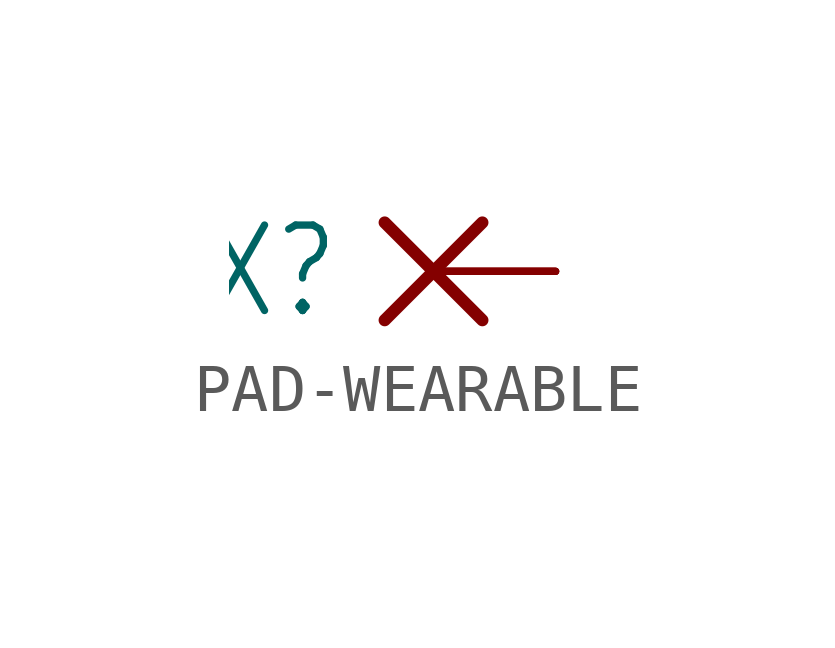
<source format=kicad_sym>
(kicad_symbol_lib
  (version 20231120)
  (generator "kicad_symbol_editor")
  (generator_version "8.0")
  (symbol "PAD-WEARABLE"
    (property "Reference" "X"
      (at -1.905 0 0)
      (effects (font (size 1.778 1.511)) (justify right)))
    (property "ki_locked" ""
      (at 0 0 0)
      (effects (font (size 1.27 1.27))))
    (symbol "PAD-WEARABLE_1_0"
      (polyline (pts (xy -1.016 -1.016) (xy 1.016 1.016)) (stroke (width 0.254) (type solid)) (fill (type none)))
      (polyline (pts (xy -1.016 1.016) (xy 1.016 -1.016)) (stroke (width 0.254) (type solid)) (fill (type none)))
      (pin passive line (at 2.54 0 180) (length 2.54) (name "P" (effects (font (size 0 0)))) (number "1" (effects (font (size 0 0)))))
      (pin passive line (at 2.54 0 180) (length 2.54) (name "P" (effects (font (size 0 0)))) (number "2" (effects (font (size 0 0)))))
      (pin passive line (at 2.54 0 180) (length 2.54) (name "P" (effects (font (size 0 0)))) (number "3" (effects (font (size 0 0))))))))
</source>
